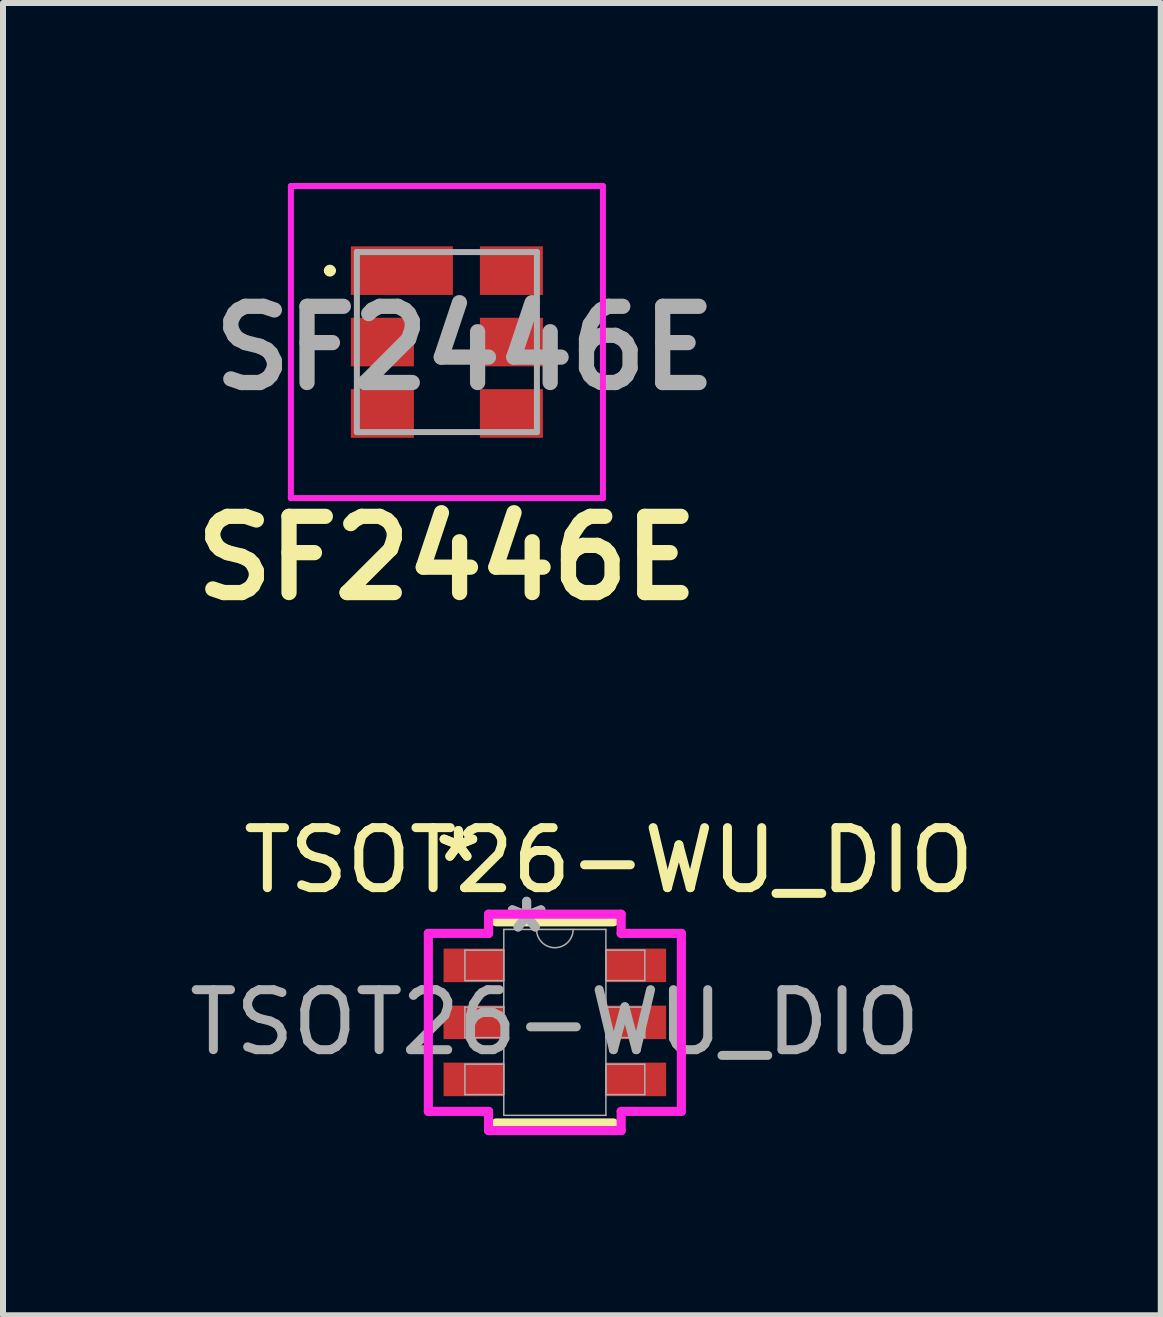
<source format=kicad_pcb>
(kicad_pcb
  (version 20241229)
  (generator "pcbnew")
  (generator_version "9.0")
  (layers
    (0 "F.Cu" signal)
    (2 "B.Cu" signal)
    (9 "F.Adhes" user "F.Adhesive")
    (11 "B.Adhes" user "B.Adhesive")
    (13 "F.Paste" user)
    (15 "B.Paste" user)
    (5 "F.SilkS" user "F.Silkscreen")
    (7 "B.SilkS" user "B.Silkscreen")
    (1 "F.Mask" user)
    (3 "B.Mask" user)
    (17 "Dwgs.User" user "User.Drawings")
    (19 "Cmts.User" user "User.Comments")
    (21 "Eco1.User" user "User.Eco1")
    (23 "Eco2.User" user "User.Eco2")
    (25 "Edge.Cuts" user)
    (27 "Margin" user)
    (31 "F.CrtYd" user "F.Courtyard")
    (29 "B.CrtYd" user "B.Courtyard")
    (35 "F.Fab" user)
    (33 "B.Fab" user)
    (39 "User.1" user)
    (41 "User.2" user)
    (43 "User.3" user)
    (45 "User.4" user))
  (footprint "TSOT26-WU_DIO"
    (layer "F.Cu")
    (at 6.196 13.987)
    (property "Reference" "TSOT26-WU_DIO" (at 0.9 -2.7 0) (unlocked yes) (layer "F.SilkS") (effects (font (size 1 1) (thickness 0.15))))
    (attr smd)
    (fp_line (start -0.978 1.676) (end 0.978 1.676) (stroke (width 0.152) (type solid)) (layer "F.SilkS"))
    (fp_line (start 0.978 -1.676) (end -0.978 -1.676) (stroke (width 0.152) (type solid)) (layer "F.SilkS"))
    (fp_line (start -2.108 -1.483) (end -1.105 -1.483) (stroke (width 0.152) (type solid)) (layer "F.CrtYd"))
    (fp_line (start -2.108 1.483) (end -2.108 -1.483) (stroke (width 0.152) (type solid)) (layer "F.CrtYd"))
    (fp_line (start -2.108 1.483) (end -1.105 1.483) (stroke (width 0.152) (type solid)) (layer "F.CrtYd"))
    (fp_line (start -1.105 -1.803) (end 1.105 -1.803) (stroke (width 0.152) (type solid)) (layer "F.CrtYd"))
    (fp_line (start -1.105 -1.483) (end -1.105 -1.803) (stroke (width 0.152) (type solid)) (layer "F.CrtYd"))
    (fp_line (start -1.105 1.803) (end -1.105 1.483) (stroke (width 0.152) (type solid)) (layer "F.CrtYd"))
    (fp_line (start 1.105 -1.803) (end 1.105 -1.483) (stroke (width 0.152) (type solid)) (layer "F.CrtYd"))
    (fp_line (start 1.105 1.483) (end 1.105 1.803) (stroke (width 0.152) (type solid)) (layer "F.CrtYd"))
    (fp_line (start 1.105 1.803) (end -1.105 1.803) (stroke (width 0.152) (type solid)) (layer "F.CrtYd"))
    (fp_line (start 2.108 -1.483) (end 1.105 -1.483) (stroke (width 0.152) (type solid)) (layer "F.CrtYd"))
    (fp_line (start 2.108 -1.483) (end 2.108 1.483) (stroke (width 0.152) (type solid)) (layer "F.CrtYd"))
    (fp_line (start 2.108 1.483) (end 1.105 1.483) (stroke (width 0.152) (type solid)) (layer "F.CrtYd"))
    (fp_line (start -1.499 -1.204) (end -1.499 -0.696) (stroke (width 0.025) (type solid)) (layer "F.Fab"))
    (fp_line (start -1.499 -0.696) (end -0.851 -0.696) (stroke (width 0.025) (type solid)) (layer "F.Fab"))
    (fp_line (start -1.499 -0.254) (end -1.499 0.254) (stroke (width 0.025) (type solid)) (layer "F.Fab"))
    (fp_line (start -1.499 0.254) (end -0.851 0.254) (stroke (width 0.025) (type solid)) (layer "F.Fab"))
    (fp_line (start -1.499 0.696) (end -1.499 1.204) (stroke (width 0.025) (type solid)) (layer "F.Fab"))
    (fp_line (start -1.499 1.204) (end -0.851 1.204) (stroke (width 0.025) (type solid)) (layer "F.Fab"))
    (fp_line (start -0.851 -1.549) (end -0.851 1.549) (stroke (width 0.025) (type solid)) (layer "F.Fab"))
    (fp_line (start -0.851 -1.204) (end -1.499 -1.204) (stroke (width 0.025) (type solid)) (layer "F.Fab"))
    (fp_line (start -0.851 -0.696) (end -0.851 -1.204) (stroke (width 0.025) (type solid)) (layer "F.Fab"))
    (fp_line (start -0.851 -0.254) (end -1.499 -0.254) (stroke (width 0.025) (type solid)) (layer "F.Fab"))
    (fp_line (start -0.851 0.254) (end -0.851 -0.254) (stroke (width 0.025) (type solid)) (layer "F.Fab"))
    (fp_line (start -0.851 0.696) (end -1.499 0.696) (stroke (width 0.025) (type solid)) (layer "F.Fab"))
    (fp_line (start -0.851 1.204) (end -0.851 0.696) (stroke (width 0.025) (type solid)) (layer "F.Fab"))
    (fp_line (start -0.851 1.549) (end 0.851 1.549) (stroke (width 0.025) (type solid)) (layer "F.Fab"))
    (fp_line (start 0.851 -1.549) (end -0.851 -1.549) (stroke (width 0.025) (type solid)) (layer "F.Fab"))
    (fp_line (start 0.851 -1.204) (end 0.851 -0.696) (stroke (width 0.025) (type solid)) (layer "F.Fab"))
    (fp_line (start 0.851 -0.696) (end 1.499 -0.696) (stroke (width 0.025) (type solid)) (layer "F.Fab"))
    (fp_line (start 0.851 -0.254) (end 0.851 0.254) (stroke (width 0.025) (type solid)) (layer "F.Fab"))
    (fp_line (start 0.851 0.254) (end 1.499 0.254) (stroke (width 0.025) (type solid)) (layer "F.Fab"))
    (fp_line (start 0.851 0.696) (end 0.851 1.204) (stroke (width 0.025) (type solid)) (layer "F.Fab"))
    (fp_line (start 0.851 1.204) (end 1.499 1.204) (stroke (width 0.025) (type solid)) (layer "F.Fab"))
    (fp_line (start 0.851 1.549) (end 0.851 -1.549) (stroke (width 0.025) (type solid)) (layer "F.Fab"))
    (fp_line (start 1.499 -1.204) (end 0.851 -1.204) (stroke (width 0.025) (type solid)) (layer "F.Fab"))
    (fp_line (start 1.499 -0.696) (end 1.499 -1.204) (stroke (width 0.025) (type solid)) (layer "F.Fab"))
    (fp_line (start 1.499 -0.254) (end 0.851 -0.254) (stroke (width 0.025) (type solid)) (layer "F.Fab"))
    (fp_line (start 1.499 0.254) (end 1.499 -0.254) (stroke (width 0.025) (type solid)) (layer "F.Fab"))
    (fp_line (start 1.499 0.696) (end 0.851 0.696) (stroke (width 0.025) (type solid)) (layer "F.Fab"))
    (fp_line (start 1.499 1.204) (end 1.499 0.696) (stroke (width 0.025) (type solid)) (layer "F.Fab"))
    (fp_arc (start 0.3048 -1.5494) (mid 0 -1.2446) (end -0.3048 -1.5494) (stroke (width 0.0254) (type solid)) (layer "F.Fab"))
    (fp_text user "*" (at -1.607 -2.652 0) (layer "F.SilkS") (effects (font (size 1 1) (thickness 0.15))))
    (fp_text user "*" (at -1.607 -2.652 0) (unlocked yes) (layer "F.SilkS") (effects (font (size 1 1) (thickness 0.15))))
    (fp_text user "${REFERENCE}" (at 0 0 0) (unlocked yes) (layer "F.Fab") (effects (font (size 1 1) (thickness 0.15))))
    (fp_text user "*" (at -0.47 -1.473 0) (layer "F.Fab") (effects (font (size 1 1) (thickness 0.15))))
    (fp_text user "*" (at -0.47 -1.473 0) (unlocked yes) (layer "F.Fab") (effects (font (size 1 1) (thickness 0.15))))
    (pad "1" smd rect (at -1.353 -0.95) (size 1.003 0.559) (layers "F.Cu" "F.Mask" "F.Paste"))
    (pad "2" smd rect (at -1.353 0) (size 1.003 0.559) (layers "F.Cu" "F.Mask" "F.Paste"))
    (pad "3" smd rect (at -1.353 0.95) (size 1.003 0.559) (layers "F.Cu" "F.Mask" "F.Paste"))
    (pad "4" smd rect (at 1.353 0.95) (size 1.003 0.559) (layers "F.Cu" "F.Mask" "F.Paste"))
    (pad "5" smd rect (at 1.353 0) (size 1.003 0.559) (layers "F.Cu" "F.Mask" "F.Paste"))
    (pad "6" smd rect (at 1.353 -0.95) (size 1.003 0.559) (layers "F.Cu" "F.Mask" "F.Paste")))
  (footprint "SF2446E"
    (layer "F.Cu")
    (at 4.397 2.65)
    (property "Reference" "SF2446E" (at 0 3.6 0) (layer "F.SilkS") (effects (font (size 1.27 1.27) (thickness 0.254))))
    (attr smd)
    (fp_line (start -2 -1.19) (end -2 -1.19) (stroke (width 0.1) (type solid)) (layer "F.SilkS"))
    (fp_line (start -1.9 -1.19) (end -1.9 -1.19) (stroke (width 0.1) (type solid)) (layer "F.SilkS"))
    (fp_arc (start -2 -1.19) (mid -1.95 -1.24) (end -1.9 -1.19) (stroke (width 0.1) (type solid)) (layer "F.SilkS"))
    (fp_arc (start -1.9 -1.19) (mid -1.95 -1.14) (end -2 -1.19) (stroke (width 0.1) (type solid)) (layer "F.SilkS"))
    (fp_line (start -2.6 -2.6) (end 2.6 -2.6) (stroke (width 0.1) (type solid)) (layer "F.CrtYd"))
    (fp_line (start -2.6 2.6) (end -2.6 -2.6) (stroke (width 0.1) (type solid)) (layer "F.CrtYd"))
    (fp_line (start 2.6 -2.6) (end 2.6 2.6) (stroke (width 0.1) (type solid)) (layer "F.CrtYd"))
    (fp_line (start 2.6 2.6) (end -2.6 2.6) (stroke (width 0.1) (type solid)) (layer "F.CrtYd"))
    (fp_line (start -1.5 -1.5) (end -1.5 1.5) (stroke (width 0.1) (type solid)) (layer "F.Fab"))
    (fp_line (start -1.5 1.5) (end 1.5 1.5) (stroke (width 0.1) (type solid)) (layer "F.Fab"))
    (fp_line (start 1.5 -1.5) (end -1.5 -1.5) (stroke (width 0.1) (type solid)) (layer "F.Fab"))
    (fp_line (start 1.5 1.5) (end 1.5 -1.5) (stroke (width 0.1) (type solid)) (layer "F.Fab"))
    (fp_text user "${REFERENCE}" (at 0.3 0.1 0) (layer "F.Fab") (effects (font (size 1.27 1.27) (thickness 0.254))))
    (pad "1" smd rect (at -0.75 -1.19 90) (size 0.81 1.7) (layers "F.Cu" "F.Mask" "F.Paste"))
    (pad "2" smd rect (at -1.075 0 90) (size 0.81 1.05) (layers "F.Cu" "F.Mask" "F.Paste"))
    (pad "3" smd rect (at -1.075 1.19 90) (size 0.81 1.05) (layers "F.Cu" "F.Mask" "F.Paste"))
    (pad "4" smd rect (at 1.075 1.19 90) (size 0.81 1.05) (layers "F.Cu" "F.Mask" "F.Paste"))
    (pad "5" smd rect (at 1.075 0 90) (size 0.81 1.05) (layers "F.Cu" "F.Mask" "F.Paste"))
    (pad "6" smd rect (at 1.075 -1.19 90) (size 0.81 1.05) (layers "F.Cu" "F.Mask" "F.Paste")))
  (gr_rect
    (start -3 -3)
    (end 16.293 18.867)
    (stroke (width 0.1) (type default))
    (fill no)
    (layer "Edge.Cuts")))
</source>
